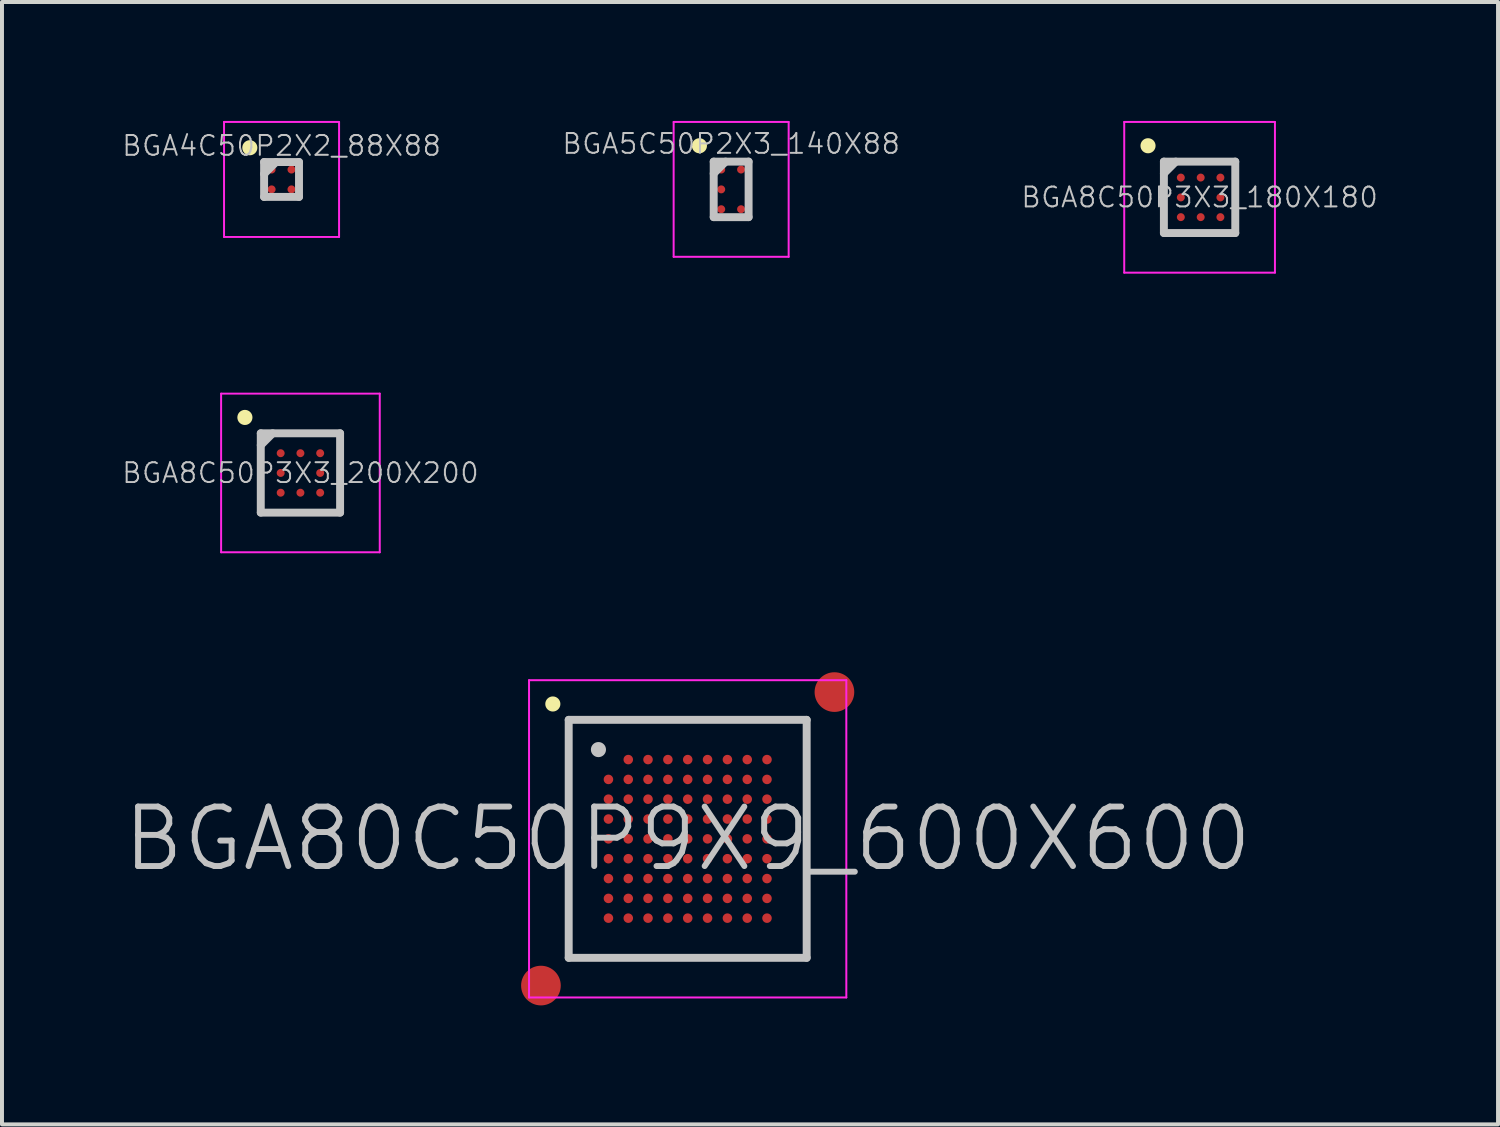
<source format=kicad_pcb>
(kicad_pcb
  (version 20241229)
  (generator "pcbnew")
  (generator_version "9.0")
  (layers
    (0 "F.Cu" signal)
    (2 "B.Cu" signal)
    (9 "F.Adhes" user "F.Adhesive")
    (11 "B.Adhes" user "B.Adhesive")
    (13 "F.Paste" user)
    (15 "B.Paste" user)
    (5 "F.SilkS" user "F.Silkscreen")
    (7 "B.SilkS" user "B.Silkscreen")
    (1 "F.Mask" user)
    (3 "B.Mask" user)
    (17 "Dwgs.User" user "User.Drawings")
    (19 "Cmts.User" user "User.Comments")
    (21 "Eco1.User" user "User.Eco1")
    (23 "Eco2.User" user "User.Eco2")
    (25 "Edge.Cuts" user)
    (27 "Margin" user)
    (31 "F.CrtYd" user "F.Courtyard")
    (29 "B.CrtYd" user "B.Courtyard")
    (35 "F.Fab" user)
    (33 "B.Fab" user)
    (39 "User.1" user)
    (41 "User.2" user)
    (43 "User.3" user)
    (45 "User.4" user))
  (footprint "BGA80C50P9X9_600X600"
    (layer "F.Cu")
    (at 14.289 18.1)
    (property "Reference" "BGA80C50P9X9_600X600" (at 0 0 0) (layer "Dwgs.User") (effects (font (size 1.5 1.5) (thickness 0.15))))
    (attr smd)
    (fp_line (start -3.4 -3.4) (end -3.4 -3.4) (stroke (width 0.381) (type solid)) (layer "F.SilkS"))
    (fp_line (start -3 -3) (end -3 3) (stroke (width 0.2) (type solid)) (layer "Dwgs.User"))
    (fp_line (start -3 -3) (end 3 -3) (stroke (width 0.2) (type solid)) (layer "Dwgs.User"))
    (fp_line (start -3 3) (end 3 3) (stroke (width 0.2) (type solid)) (layer "Dwgs.User"))
    (fp_line (start -2.25 -2.25) (end -2.25 -2.25) (stroke (width 0.381) (type solid)) (layer "Dwgs.User"))
    (fp_line (start 3 -3) (end 3 3) (stroke (width 0.2) (type solid)) (layer "Dwgs.User"))
    (fp_line (start -4 -4) (end -4 4) (stroke (width 0.05) (type solid)) (layer "F.CrtYd"))
    (fp_line (start -4 -4) (end 4 -4) (stroke (width 0.05) (type solid)) (layer "F.CrtYd"))
    (fp_line (start -4 4) (end 4 4) (stroke (width 0.05) (type solid)) (layer "F.CrtYd"))
    (fp_line (start 4 -4) (end 4 4) (stroke (width 0.05) (type solid)) (layer "F.CrtYd"))
    (pad "" smd circle (at -3.7 3.7) (size 1 1) (layers "F.Cu" "F.Mask"))
    (pad "" smd circle (at 3.7 -3.7) (size 1 1) (layers "F.Cu" "F.Mask"))
    (pad "A2" smd circle (at -1.498 -1.998) (size 0.24 0.24) (layers "F.Cu" "F.Mask" "F.Paste"))
    (pad "A3" smd circle (at -1 -1.998) (size 0.24 0.24) (layers "F.Cu" "F.Mask" "F.Paste"))
    (pad "A4" smd circle (at -0.499 -1.998) (size 0.24 0.24) (layers "F.Cu" "F.Mask" "F.Paste"))
    (pad "A5" smd circle (at 0.001 -1.998) (size 0.24 0.24) (layers "F.Cu" "F.Mask" "F.Paste"))
    (pad "A6" smd circle (at 0.501 -1.998) (size 0.24 0.24) (layers "F.Cu" "F.Mask" "F.Paste"))
    (pad "A7" smd circle (at 1.002 -1.998) (size 0.24 0.24) (layers "F.Cu" "F.Mask" "F.Paste"))
    (pad "A8" smd circle (at 1.502 -1.998) (size 0.24 0.24) (layers "F.Cu" "F.Mask" "F.Paste"))
    (pad "A9" smd circle (at 2 -1.998) (size 0.24 0.24) (layers "F.Cu" "F.Mask" "F.Paste"))
    (pad "B1" smd circle (at -1.998 -1.498) (size 0.24 0.24) (layers "F.Cu" "F.Mask" "F.Paste"))
    (pad "B2" smd circle (at -1.498 -1.498) (size 0.24 0.24) (layers "F.Cu" "F.Mask" "F.Paste"))
    (pad "B3" smd circle (at -1 -1.498) (size 0.24 0.24) (layers "F.Cu" "F.Mask" "F.Paste"))
    (pad "B4" smd circle (at -0.499 -1.498) (size 0.24 0.24) (layers "F.Cu" "F.Mask" "F.Paste"))
    (pad "B5" smd circle (at 0.001 -1.498) (size 0.24 0.24) (layers "F.Cu" "F.Mask" "F.Paste"))
    (pad "B6" smd circle (at 0.501 -1.498) (size 0.24 0.24) (layers "F.Cu" "F.Mask" "F.Paste"))
    (pad "B7" smd circle (at 1.002 -1.498) (size 0.24 0.24) (layers "F.Cu" "F.Mask" "F.Paste"))
    (pad "B8" smd circle (at 1.502 -1.498) (size 0.24 0.24) (layers "F.Cu" "F.Mask" "F.Paste"))
    (pad "B9" smd circle (at 2 -1.498) (size 0.24 0.24) (layers "F.Cu" "F.Mask" "F.Paste"))
    (pad "C1" smd circle (at -1.998 -1) (size 0.24 0.24) (layers "F.Cu" "F.Mask" "F.Paste"))
    (pad "C2" smd circle (at -1.498 -1) (size 0.24 0.24) (layers "F.Cu" "F.Mask" "F.Paste"))
    (pad "C3" smd circle (at -1 -1) (size 0.24 0.24) (layers "F.Cu" "F.Mask" "F.Paste"))
    (pad "C4" smd circle (at -0.499 -1) (size 0.24 0.24) (layers "F.Cu" "F.Mask" "F.Paste"))
    (pad "C5" smd circle (at 0.001 -1) (size 0.24 0.24) (layers "F.Cu" "F.Mask" "F.Paste"))
    (pad "C6" smd circle (at 0.501 -1) (size 0.24 0.24) (layers "F.Cu" "F.Mask" "F.Paste"))
    (pad "C7" smd circle (at 1.002 -1) (size 0.24 0.24) (layers "F.Cu" "F.Mask" "F.Paste"))
    (pad "C8" smd circle (at 1.502 -1) (size 0.24 0.24) (layers "F.Cu" "F.Mask" "F.Paste"))
    (pad "C9" smd circle (at 2 -1) (size 0.24 0.24) (layers "F.Cu" "F.Mask" "F.Paste"))
    (pad "D1" smd circle (at -1.998 -0.499) (size 0.24 0.24) (layers "F.Cu" "F.Mask" "F.Paste"))
    (pad "D2" smd circle (at -1.498 -0.499) (size 0.24 0.24) (layers "F.Cu" "F.Mask" "F.Paste"))
    (pad "D3" smd circle (at -1 -0.499) (size 0.24 0.24) (layers "F.Cu" "F.Mask" "F.Paste"))
    (pad "D4" smd circle (at -0.499 -0.499) (size 0.24 0.24) (layers "F.Cu" "F.Mask" "F.Paste"))
    (pad "D5" smd circle (at 0.001 -0.499) (size 0.24 0.24) (layers "F.Cu" "F.Mask" "F.Paste"))
    (pad "D6" smd circle (at 0.501 -0.499) (size 0.24 0.24) (layers "F.Cu" "F.Mask" "F.Paste"))
    (pad "D7" smd circle (at 1.002 -0.499) (size 0.24 0.24) (layers "F.Cu" "F.Mask" "F.Paste"))
    (pad "D8" smd circle (at 1.502 -0.499) (size 0.24 0.24) (layers "F.Cu" "F.Mask" "F.Paste"))
    (pad "D9" smd circle (at 2 -0.499) (size 0.24 0.24) (layers "F.Cu" "F.Mask" "F.Paste"))
    (pad "E1" smd circle (at -1.998 0.001) (size 0.24 0.24) (layers "F.Cu" "F.Mask" "F.Paste"))
    (pad "E2" smd circle (at -1.498 0.001) (size 0.24 0.24) (layers "F.Cu" "F.Mask" "F.Paste"))
    (pad "E3" smd circle (at -1 0.001) (size 0.24 0.24) (layers "F.Cu" "F.Mask" "F.Paste"))
    (pad "E4" smd circle (at -0.499 0.001) (size 0.24 0.24) (layers "F.Cu" "F.Mask" "F.Paste"))
    (pad "E5" smd circle (at 0.001 0.001) (size 0.24 0.24) (layers "F.Cu" "F.Mask" "F.Paste"))
    (pad "E6" smd circle (at 0.501 0.001) (size 0.24 0.24) (layers "F.Cu" "F.Mask" "F.Paste"))
    (pad "E7" smd circle (at 1.002 0.001) (size 0.24 0.24) (layers "F.Cu" "F.Mask" "F.Paste"))
    (pad "E8" smd circle (at 1.502 0.001) (size 0.24 0.24) (layers "F.Cu" "F.Mask" "F.Paste"))
    (pad "E9" smd circle (at 2 0.001) (size 0.24 0.24) (layers "F.Cu" "F.Mask" "F.Paste"))
    (pad "F1" smd circle (at -1.998 0.501) (size 0.24 0.24) (layers "F.Cu" "F.Mask" "F.Paste"))
    (pad "F2" smd circle (at -1.498 0.501) (size 0.24 0.24) (layers "F.Cu" "F.Mask" "F.Paste"))
    (pad "F3" smd circle (at -1 0.501) (size 0.24 0.24) (layers "F.Cu" "F.Mask" "F.Paste"))
    (pad "F4" smd circle (at -0.499 0.501) (size 0.24 0.24) (layers "F.Cu" "F.Mask" "F.Paste"))
    (pad "F5" smd circle (at 0.001 0.501) (size 0.24 0.24) (layers "F.Cu" "F.Mask" "F.Paste"))
    (pad "F6" smd circle (at 0.501 0.501) (size 0.24 0.24) (layers "F.Cu" "F.Mask" "F.Paste"))
    (pad "F7" smd circle (at 1.002 0.501) (size 0.24 0.24) (layers "F.Cu" "F.Mask" "F.Paste"))
    (pad "F8" smd circle (at 1.502 0.501) (size 0.24 0.24) (layers "F.Cu" "F.Mask" "F.Paste"))
    (pad "F9" smd circle (at 2 0.501) (size 0.24 0.24) (layers "F.Cu" "F.Mask" "F.Paste"))
    (pad "G1" smd circle (at -1.998 1.002) (size 0.24 0.24) (layers "F.Cu" "F.Mask" "F.Paste"))
    (pad "G2" smd circle (at -1.498 1.002) (size 0.24 0.24) (layers "F.Cu" "F.Mask" "F.Paste"))
    (pad "G3" smd circle (at -1 1.002) (size 0.24 0.24) (layers "F.Cu" "F.Mask" "F.Paste"))
    (pad "G4" smd circle (at -0.499 1.002) (size 0.24 0.24) (layers "F.Cu" "F.Mask" "F.Paste"))
    (pad "G5" smd circle (at 0.001 1.002) (size 0.24 0.24) (layers "F.Cu" "F.Mask" "F.Paste"))
    (pad "G6" smd circle (at 0.501 1.002) (size 0.24 0.24) (layers "F.Cu" "F.Mask" "F.Paste"))
    (pad "G7" smd circle (at 1.002 1.002) (size 0.24 0.24) (layers "F.Cu" "F.Mask" "F.Paste"))
    (pad "G8" smd circle (at 1.502 1.002) (size 0.24 0.24) (layers "F.Cu" "F.Mask" "F.Paste"))
    (pad "G9" smd circle (at 2 1.002) (size 0.24 0.24) (layers "F.Cu" "F.Mask" "F.Paste"))
    (pad "H1" smd circle (at -1.998 1.502) (size 0.24 0.24) (layers "F.Cu" "F.Mask" "F.Paste"))
    (pad "H2" smd circle (at -1.498 1.502) (size 0.24 0.24) (layers "F.Cu" "F.Mask" "F.Paste"))
    (pad "H3" smd circle (at -1 1.502) (size 0.24 0.24) (layers "F.Cu" "F.Mask" "F.Paste"))
    (pad "H4" smd circle (at -0.499 1.502) (size 0.24 0.24) (layers "F.Cu" "F.Mask" "F.Paste"))
    (pad "H5" smd circle (at 0.001 1.502) (size 0.24 0.24) (layers "F.Cu" "F.Mask" "F.Paste"))
    (pad "H6" smd circle (at 0.501 1.502) (size 0.24 0.24) (layers "F.Cu" "F.Mask" "F.Paste"))
    (pad "H7" smd circle (at 1.002 1.502) (size 0.24 0.24) (layers "F.Cu" "F.Mask" "F.Paste"))
    (pad "H8" smd circle (at 1.502 1.502) (size 0.24 0.24) (layers "F.Cu" "F.Mask" "F.Paste"))
    (pad "H9" smd circle (at 2 1.502) (size 0.24 0.24) (layers "F.Cu" "F.Mask" "F.Paste"))
    (pad "J1" smd circle (at -1.998 2) (size 0.24 0.24) (layers "F.Cu" "F.Mask" "F.Paste"))
    (pad "J2" smd circle (at -1.498 2) (size 0.24 0.24) (layers "F.Cu" "F.Mask" "F.Paste"))
    (pad "J3" smd circle (at -1 2) (size 0.24 0.24) (layers "F.Cu" "F.Mask" "F.Paste"))
    (pad "J4" smd circle (at -0.499 2) (size 0.24 0.24) (layers "F.Cu" "F.Mask" "F.Paste"))
    (pad "J5" smd circle (at 0.001 2) (size 0.24 0.24) (layers "F.Cu" "F.Mask" "F.Paste"))
    (pad "J6" smd circle (at 0.501 2) (size 0.24 0.24) (layers "F.Cu" "F.Mask" "F.Paste"))
    (pad "J7" smd circle (at 1.002 2) (size 0.24 0.24) (layers "F.Cu" "F.Mask" "F.Paste"))
    (pad "J8" smd circle (at 1.502 2) (size 0.24 0.24) (layers "F.Cu" "F.Mask" "F.Paste"))
    (pad "J9" smd circle (at 2 2) (size 0.24 0.24) (layers "F.Cu" "F.Mask" "F.Paste")))
  (footprint "BGA4C50P2X2_88X88"
    (layer "F.Cu")
    (at 4.049 1.475)
    (property "Reference" "BGA4C50P2X2_88X88" (at 0 -0.85 0) (layer "Dwgs.User") (effects (font (size 0.5 0.5) (thickness 0.05))))
    (attr smd)
    (fp_line (start -0.8 -0.8) (end -0.8 -0.8) (stroke (width 0.381) (type solid)) (layer "F.SilkS"))
    (fp_line (start -0.44 -0.44) (end -0.44 0.44) (stroke (width 0.2) (type solid)) (layer "Dwgs.User"))
    (fp_line (start -0.44 -0.44) (end 0.44 -0.44) (stroke (width 0.2) (type solid)) (layer "Dwgs.User"))
    (fp_line (start -0.44 -0.14) (end -0.14 -0.44) (stroke (width 0.2) (type solid)) (layer "Dwgs.User"))
    (fp_line (start -0.44 0.44) (end 0.44 0.44) (stroke (width 0.2) (type solid)) (layer "Dwgs.User"))
    (fp_line (start 0.44 -0.44) (end 0.44 0.44) (stroke (width 0.2) (type solid)) (layer "Dwgs.User"))
    (fp_line (start -1.45 -1.45) (end -1.45 1.45) (stroke (width 0.05) (type solid)) (layer "F.CrtYd"))
    (fp_line (start -1.45 -1.45) (end 1.45 -1.45) (stroke (width 0.05) (type solid)) (layer "F.CrtYd"))
    (fp_line (start -1.45 1.45) (end 1.45 1.45) (stroke (width 0.05) (type solid)) (layer "F.CrtYd"))
    (fp_line (start 1.45 -1.45) (end 1.45 1.45) (stroke (width 0.05) (type solid)) (layer "F.CrtYd"))
    (pad "A1" smd circle (at -0.25 -0.25) (size 0.2 0.2) (layers "F.Cu" "F.Mask" "F.Paste"))
    (pad "A2" smd circle (at 0.25 -0.25) (size 0.2 0.2) (layers "F.Cu" "F.Mask" "F.Paste"))
    (pad "B1" smd circle (at -0.25 0.25) (size 0.2 0.2) (layers "F.Cu" "F.Mask" "F.Paste"))
    (pad "B2" smd circle (at 0.25 0.25) (size 0.2 0.2) (layers "F.Cu" "F.Mask" "F.Paste")))
  (footprint "BGA8C50P3X3_200X200"
    (layer "F.Cu")
    (at 4.525 8.875)
    (property "Reference" "BGA8C50P3X3_200X200" (at 0 0 0) (layer "Dwgs.User") (effects (font (size 0.5 0.5) (thickness 0.05))))
    (attr smd)
    (fp_line (start -1.4 -1.4) (end -1.4 -1.4) (stroke (width 0.381) (type solid)) (layer "F.SilkS"))
    (fp_line (start -1 -1) (end -1 1) (stroke (width 0.2) (type solid)) (layer "Dwgs.User"))
    (fp_line (start -1 -1) (end 1 -1) (stroke (width 0.2) (type solid)) (layer "Dwgs.User"))
    (fp_line (start -1 -0.7) (end -0.7 -1) (stroke (width 0.2) (type solid)) (layer "Dwgs.User"))
    (fp_line (start -1 1) (end 1 1) (stroke (width 0.2) (type solid)) (layer "Dwgs.User"))
    (fp_line (start 1 -1) (end 1 1) (stroke (width 0.2) (type solid)) (layer "Dwgs.User"))
    (fp_line (start -2 -2) (end -2 2) (stroke (width 0.05) (type solid)) (layer "F.CrtYd"))
    (fp_line (start -2 -2) (end 2 -2) (stroke (width 0.05) (type solid)) (layer "F.CrtYd"))
    (fp_line (start -2 2) (end 2 2) (stroke (width 0.05) (type solid)) (layer "F.CrtYd"))
    (fp_line (start 2 -2) (end 2 2) (stroke (width 0.05) (type solid)) (layer "F.CrtYd"))
    (pad "A1" smd circle (at -0.498 -0.498 270) (size 0.2 0.2) (layers "F.Cu" "F.Mask" "F.Paste"))
    (pad "A2" smd circle (at 0 -0.498 270) (size 0.2 0.2) (layers "F.Cu" "F.Mask" "F.Paste"))
    (pad "A3" smd circle (at 0.498 -0.498 270) (size 0.2 0.2) (layers "F.Cu" "F.Mask" "F.Paste"))
    (pad "B1" smd circle (at -0.498 0 270) (size 0.2 0.2) (layers "F.Cu" "F.Mask" "F.Paste"))
    (pad "B3" smd circle (at 0.498 0 270) (size 0.2 0.2) (layers "F.Cu" "F.Mask" "F.Paste"))
    (pad "C1" smd circle (at -0.498 0.498 270) (size 0.2 0.2) (layers "F.Cu" "F.Mask" "F.Paste"))
    (pad "C2" smd circle (at 0 0.498 270) (size 0.2 0.2) (layers "F.Cu" "F.Mask" "F.Paste"))
    (pad "C3" smd circle (at 0.498 0.498 270) (size 0.2 0.2) (layers "F.Cu" "F.Mask" "F.Paste")))
  (footprint "BGA8C50P3X3_180X180"
    (layer "F.Cu")
    (at 27.196 1.925)
    (property "Reference" "BGA8C50P3X3_180X180" (at 0 0 0) (layer "Dwgs.User") (effects (font (size 0.5 0.5) (thickness 0.05))))
    (attr smd)
    (fp_line (start -1.3 -1.3) (end -1.3 -1.3) (stroke (width 0.381) (type solid)) (layer "F.SilkS"))
    (fp_line (start -0.9 -0.9) (end -0.9 0.9) (stroke (width 0.2) (type solid)) (layer "Dwgs.User"))
    (fp_line (start -0.9 -0.9) (end 0.9 -0.9) (stroke (width 0.2) (type solid)) (layer "Dwgs.User"))
    (fp_line (start -0.9 -0.6) (end -0.6 -0.9) (stroke (width 0.2) (type solid)) (layer "Dwgs.User"))
    (fp_line (start -0.9 0.9) (end 0.9 0.9) (stroke (width 0.2) (type solid)) (layer "Dwgs.User"))
    (fp_line (start 0.9 -0.9) (end 0.9 0.9) (stroke (width 0.2) (type solid)) (layer "Dwgs.User"))
    (fp_line (start -1.9 -1.9) (end -1.9 1.9) (stroke (width 0.05) (type solid)) (layer "F.CrtYd"))
    (fp_line (start -1.9 -1.9) (end 1.9 -1.9) (stroke (width 0.05) (type solid)) (layer "F.CrtYd"))
    (fp_line (start -1.9 1.9) (end 1.9 1.9) (stroke (width 0.05) (type solid)) (layer "F.CrtYd"))
    (fp_line (start 1.9 -1.9) (end 1.9 1.9) (stroke (width 0.05) (type solid)) (layer "F.CrtYd"))
    (pad "A1" smd circle (at -0.473 -0.498) (size 0.2 0.2) (layers "F.Cu" "F.Mask" "F.Paste"))
    (pad "A2" smd circle (at 0.028 -0.498) (size 0.2 0.2) (layers "F.Cu" "F.Mask" "F.Paste"))
    (pad "A3" smd circle (at 0.525 -0.498) (size 0.2 0.2) (layers "F.Cu" "F.Mask" "F.Paste"))
    (pad "B1" smd circle (at -0.473 0.003) (size 0.2 0.2) (layers "F.Cu" "F.Mask" "F.Paste"))
    (pad "B3" smd circle (at 0.525 0.003) (size 0.2 0.2) (layers "F.Cu" "F.Mask" "F.Paste"))
    (pad "C1" smd circle (at -0.473 0.5) (size 0.2 0.2) (layers "F.Cu" "F.Mask" "F.Paste"))
    (pad "C2" smd circle (at 0.028 0.5) (size 0.2 0.2) (layers "F.Cu" "F.Mask" "F.Paste"))
    (pad "C3" smd circle (at 0.525 0.5) (size 0.2 0.2) (layers "F.Cu" "F.Mask" "F.Paste")))
  (footprint "BGA5C50P2X3_140X88"
    (layer "F.Cu")
    (at 15.385 1.725)
    (property "Reference" "BGA5C50P2X3_140X88" (at 0 -1.15 0) (layer "Dwgs.User") (effects (font (size 0.5 0.5) (thickness 0.05))))
    (attr smd)
    (fp_line (start -0.8 -1.1) (end -0.8 -1.1) (stroke (width 0.381) (type solid)) (layer "F.SilkS"))
    (fp_line (start -0.44 -0.7) (end -0.44 0.7) (stroke (width 0.2) (type solid)) (layer "Dwgs.User"))
    (fp_line (start -0.44 -0.7) (end 0.44 -0.7) (stroke (width 0.2) (type solid)) (layer "Dwgs.User"))
    (fp_line (start -0.44 -0.4) (end -0.14 -0.7) (stroke (width 0.2) (type solid)) (layer "Dwgs.User"))
    (fp_line (start -0.44 0.7) (end 0.44 0.7) (stroke (width 0.2) (type solid)) (layer "Dwgs.User"))
    (fp_line (start 0.44 -0.7) (end 0.44 0.7) (stroke (width 0.2) (type solid)) (layer "Dwgs.User"))
    (fp_line (start -1.45 -1.7) (end -1.45 1.7) (stroke (width 0.05) (type solid)) (layer "F.CrtYd"))
    (fp_line (start -1.45 -1.7) (end 1.45 -1.7) (stroke (width 0.05) (type solid)) (layer "F.CrtYd"))
    (fp_line (start -1.45 1.7) (end 1.45 1.7) (stroke (width 0.05) (type solid)) (layer "F.CrtYd"))
    (fp_line (start 1.45 -1.7) (end 1.45 1.7) (stroke (width 0.05) (type solid)) (layer "F.CrtYd"))
    (pad "A1" smd circle (at -0.25 -0.5) (size 0.2 0.2) (layers "F.Cu" "F.Mask" "F.Paste"))
    (pad "A2" smd circle (at 0.25 -0.5) (size 0.2 0.2) (layers "F.Cu" "F.Mask" "F.Paste"))
    (pad "B1" smd circle (at -0.25 0) (size 0.2 0.2) (layers "F.Cu" "F.Mask" "F.Paste"))
    (pad "C1" smd circle (at -0.25 0.5) (size 0.2 0.2) (layers "F.Cu" "F.Mask" "F.Paste"))
    (pad "C2" smd circle (at 0.25 0.5) (size 0.2 0.2) (layers "F.Cu" "F.Mask" "F.Paste")))
  (gr_rect
    (start -3 -3)
    (end 34.721 25.3)
    (stroke (width 0.1) (type default))
    (fill no)
    (layer "Edge.Cuts")))
</source>
